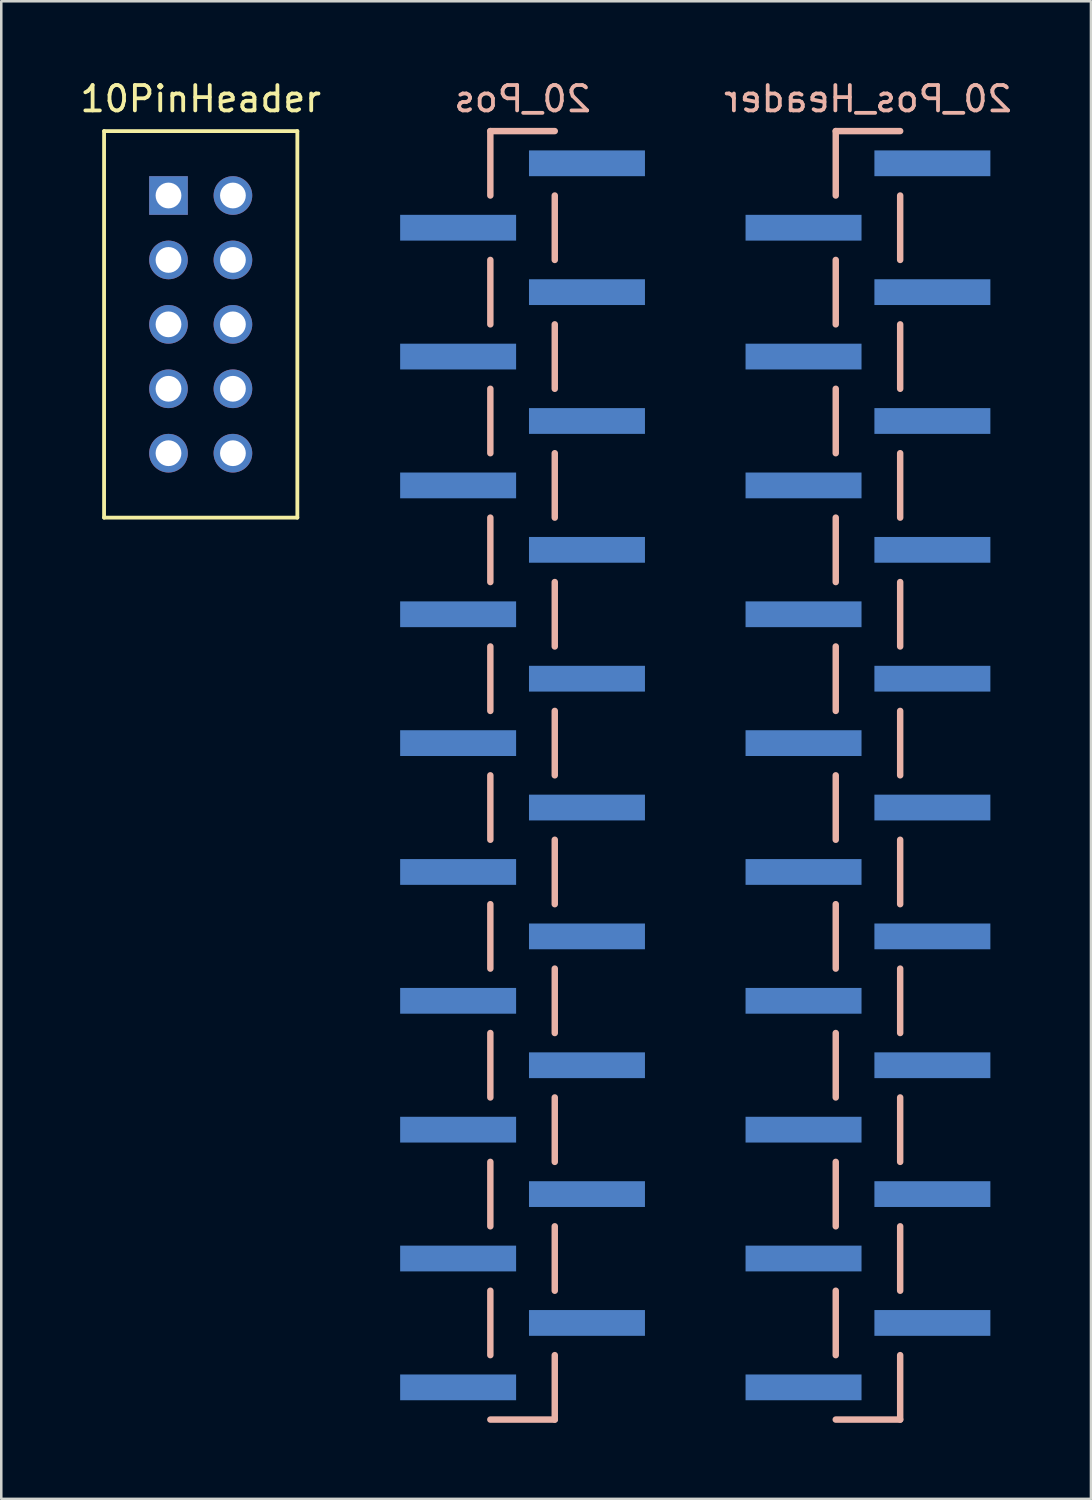
<source format=kicad_pcb>
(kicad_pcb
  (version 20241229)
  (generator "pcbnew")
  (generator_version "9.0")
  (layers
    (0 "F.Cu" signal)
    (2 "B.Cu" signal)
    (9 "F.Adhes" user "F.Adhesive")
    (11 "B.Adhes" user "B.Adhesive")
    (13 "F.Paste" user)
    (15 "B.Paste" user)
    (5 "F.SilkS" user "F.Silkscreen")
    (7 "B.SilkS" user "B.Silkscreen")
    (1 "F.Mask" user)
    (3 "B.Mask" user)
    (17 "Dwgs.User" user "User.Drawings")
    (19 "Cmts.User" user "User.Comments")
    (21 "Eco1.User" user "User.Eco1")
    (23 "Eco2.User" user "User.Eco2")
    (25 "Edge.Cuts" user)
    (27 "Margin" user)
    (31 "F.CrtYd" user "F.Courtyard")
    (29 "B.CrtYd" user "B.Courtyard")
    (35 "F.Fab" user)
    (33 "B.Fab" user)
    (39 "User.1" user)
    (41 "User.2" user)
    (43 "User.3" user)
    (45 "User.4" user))
  (footprint "10PinHeader"
    (layer "F.Cu")
    (at 4.863 11.008)
    (property "Reference" "10PinHeader" (at 0 -10.16 0) (layer "F.SilkS") (effects (font (size 1 1) (thickness 0.15))))
    (attr through_hole)
    (fp_line (start -3.81 -8.89) (end -3.81 6.35) (stroke (width 0.15) (type solid)) (layer "F.SilkS"))
    (fp_line (start -3.81 6.35) (end 3.81 6.35) (stroke (width 0.15) (type solid)) (layer "F.SilkS"))
    (fp_line (start 3.81 -8.89) (end -3.81 -8.89) (stroke (width 0.15) (type solid)) (layer "F.SilkS"))
    (fp_line (start 3.81 6.35) (end 3.81 -8.89) (stroke (width 0.15) (type solid)) (layer "F.SilkS"))
    (pad "1" thru_hole rect (at -1.27 -6.35) (size 1.524 1.524) (drill 1.016) (layers "*.Cu" "*.Mask"))
    (pad "2" thru_hole circle (at -1.27 -3.81) (size 1.524 1.524) (drill 1.016) (layers "*.Cu" "*.Mask"))
    (pad "3" thru_hole circle (at -1.27 -1.27) (size 1.524 1.524) (drill 1.016) (layers "*.Cu" "*.Mask"))
    (pad "4" thru_hole circle (at -1.27 1.27) (size 1.524 1.524) (drill 1.016) (layers "*.Cu" "*.Mask"))
    (pad "5" thru_hole circle (at -1.27 3.81) (size 1.524 1.524) (drill 1.016) (layers "*.Cu" "*.Mask"))
    (pad "6" thru_hole circle (at 1.27 -6.35) (size 1.524 1.524) (drill 1.016) (layers "*.Cu" "*.Mask"))
    (pad "7" thru_hole circle (at 1.27 -3.81) (size 1.524 1.524) (drill 1.016) (layers "*.Cu" "*.Mask"))
    (pad "8" thru_hole circle (at 1.27 -1.27) (size 1.524 1.524) (drill 1.016) (layers "*.Cu" "*.Mask"))
    (pad "9" thru_hole circle (at 1.27 1.27) (size 1.524 1.524) (drill 1.016) (layers "*.Cu" "*.Mask"))
    (pad "10" thru_hole circle (at 1.27 3.81) (size 1.524 1.524) (drill 1.016) (layers "*.Cu" "*.Mask")))
  (footprint "20_Pos"
    (layer "F.Cu")
    (at 17.552 27.518)
    (property "Reference" "20_Pos" (at 0 -26.67 0) (layer "B.SilkS") (effects (font (size 1 1) (thickness 0.15)) (justify mirror)))
    (attr through_hole)
    (fp_line (start -1.27 -25.4) (end -1.27 -22.86) (stroke (width 0.254) (type solid)) (layer "B.SilkS"))
    (fp_line (start -1.27 -20.32) (end -1.27 -17.78) (stroke (width 0.254) (type solid)) (layer "B.SilkS"))
    (fp_line (start -1.27 -12.7) (end -1.27 -15.24) (stroke (width 0.254) (type solid)) (layer "B.SilkS"))
    (fp_line (start -1.27 -7.62) (end -1.27 -10.16) (stroke (width 0.254) (type solid)) (layer "B.SilkS"))
    (fp_line (start -1.27 -2.54) (end -1.27 -5.08) (stroke (width 0.254) (type solid)) (layer "B.SilkS"))
    (fp_line (start -1.27 2.54) (end -1.27 0) (stroke (width 0.254) (type solid)) (layer "B.SilkS"))
    (fp_line (start -1.27 5.08) (end -1.27 7.62) (stroke (width 0.254) (type solid)) (layer "B.SilkS"))
    (fp_line (start -1.27 10.16) (end -1.27 12.7) (stroke (width 0.254) (type solid)) (layer "B.SilkS"))
    (fp_line (start -1.27 15.24) (end -1.27 17.78) (stroke (width 0.254) (type solid)) (layer "B.SilkS"))
    (fp_line (start -1.27 20.32) (end -1.27 22.86) (stroke (width 0.254) (type solid)) (layer "B.SilkS"))
    (fp_line (start -1.27 25.4) (end 1.27 25.4) (stroke (width 0.254) (type solid)) (layer "B.SilkS"))
    (fp_line (start 1.27 -25.4) (end -1.27 -25.4) (stroke (width 0.254) (type solid)) (layer "B.SilkS"))
    (fp_line (start 1.27 -22.86) (end 1.27 -20.32) (stroke (width 0.254) (type solid)) (layer "B.SilkS"))
    (fp_line (start 1.27 -17.78) (end 1.27 -15.24) (stroke (width 0.254) (type solid)) (layer "B.SilkS"))
    (fp_line (start 1.27 -12.7) (end 1.27 -10.16) (stroke (width 0.254) (type solid)) (layer "B.SilkS"))
    (fp_line (start 1.27 -7.62) (end 1.27 -5.08) (stroke (width 0.254) (type solid)) (layer "B.SilkS"))
    (fp_line (start 1.27 -2.54) (end 1.27 0) (stroke (width 0.254) (type solid)) (layer "B.SilkS"))
    (fp_line (start 1.27 5.08) (end 1.27 2.54) (stroke (width 0.254) (type solid)) (layer "B.SilkS"))
    (fp_line (start 1.27 10.16) (end 1.27 7.62) (stroke (width 0.254) (type solid)) (layer "B.SilkS"))
    (fp_line (start 1.27 15.24) (end 1.27 12.7) (stroke (width 0.254) (type solid)) (layer "B.SilkS"))
    (fp_line (start 1.27 20.32) (end 1.27 17.78) (stroke (width 0.254) (type solid)) (layer "B.SilkS"))
    (fp_line (start 1.27 25.4) (end 1.27 22.86) (stroke (width 0.254) (type solid)) (layer "B.SilkS"))
    (pad "1" smd rect (at 2.54 -24.13) (size 4.572 1.016) (layers "F.Mask" "B.Cu" "F.Paste"))
    (pad "2" smd rect (at -2.54 -21.59) (size 4.572 1.016) (layers "F.Mask" "B.Cu" "F.Paste"))
    (pad "3" smd rect (at 2.54 -19.05) (size 4.572 1.016) (layers "F.Mask" "B.Cu" "F.Paste"))
    (pad "4" smd rect (at -2.54 -16.51) (size 4.572 1.016) (layers "F.Mask" "B.Cu" "F.Paste"))
    (pad "5" smd rect (at 2.54 -13.97) (size 4.572 1.016) (layers "F.Mask" "B.Cu" "F.Paste"))
    (pad "6" smd rect (at -2.54 -11.43) (size 4.572 1.016) (layers "F.Mask" "B.Cu" "F.Paste"))
    (pad "7" smd rect (at 2.54 -8.89) (size 4.572 1.016) (layers "F.Mask" "B.Cu" "F.Paste"))
    (pad "8" smd rect (at -2.54 -6.35) (size 4.572 1.016) (layers "F.Mask" "B.Cu" "F.Paste"))
    (pad "9" smd rect (at 2.54 -3.81) (size 4.572 1.016) (layers "F.Mask" "B.Cu" "F.Paste"))
    (pad "10" smd rect (at -2.54 -1.27) (size 4.572 1.016) (layers "F.Mask" "B.Cu" "F.Paste"))
    (pad "11" smd rect (at 2.54 1.27) (size 4.572 1.016) (layers "F.Mask" "B.Cu" "F.Paste"))
    (pad "12" smd rect (at -2.54 3.81) (size 4.572 1.016) (layers "F.Mask" "B.Cu" "F.Paste"))
    (pad "13" smd rect (at 2.54 6.35) (size 4.572 1.016) (layers "F.Mask" "B.Cu" "F.Paste"))
    (pad "14" smd rect (at -2.54 8.89) (size 4.572 1.016) (layers "F.Mask" "B.Cu" "F.Paste"))
    (pad "15" smd rect (at 2.54 11.43) (size 4.572 1.016) (layers "F.Mask" "B.Cu" "F.Paste"))
    (pad "16" smd rect (at -2.54 13.97) (size 4.572 1.016) (layers "F.Mask" "B.Cu" "F.Paste"))
    (pad "17" smd rect (at 2.54 16.51) (size 4.572 1.016) (layers "F.Mask" "B.Cu" "F.Paste"))
    (pad "18" smd rect (at -2.54 19.05) (size 4.572 1.016) (layers "F.Mask" "B.Cu" "F.Paste"))
    (pad "19" smd rect (at 2.54 21.59) (size 4.572 1.016) (layers "F.Mask" "B.Cu" "F.Paste"))
    (pad "20" smd rect (at -2.54 24.13) (size 4.572 1.016) (layers "F.Mask" "B.Cu" "F.Paste")))
  (footprint "20_Pos_Header"
    (layer "F.Cu")
    (at 31.17 27.518)
    (property "Reference" "20_Pos_Header" (at 0 -26.67 0) (layer "B.SilkS") (effects (font (size 1 1) (thickness 0.15)) (justify mirror)))
    (attr through_hole)
    (fp_line (start -1.27 -25.4) (end -1.27 -22.86) (stroke (width 0.254) (type solid)) (layer "B.SilkS"))
    (fp_line (start -1.27 -20.32) (end -1.27 -17.78) (stroke (width 0.254) (type solid)) (layer "B.SilkS"))
    (fp_line (start -1.27 -12.7) (end -1.27 -15.24) (stroke (width 0.254) (type solid)) (layer "B.SilkS"))
    (fp_line (start -1.27 -7.62) (end -1.27 -10.16) (stroke (width 0.254) (type solid)) (layer "B.SilkS"))
    (fp_line (start -1.27 -2.54) (end -1.27 -5.08) (stroke (width 0.254) (type solid)) (layer "B.SilkS"))
    (fp_line (start -1.27 2.54) (end -1.27 0) (stroke (width 0.254) (type solid)) (layer "B.SilkS"))
    (fp_line (start -1.27 5.08) (end -1.27 7.62) (stroke (width 0.254) (type solid)) (layer "B.SilkS"))
    (fp_line (start -1.27 10.16) (end -1.27 12.7) (stroke (width 0.254) (type solid)) (layer "B.SilkS"))
    (fp_line (start -1.27 15.24) (end -1.27 17.78) (stroke (width 0.254) (type solid)) (layer "B.SilkS"))
    (fp_line (start -1.27 20.32) (end -1.27 22.86) (stroke (width 0.254) (type solid)) (layer "B.SilkS"))
    (fp_line (start -1.27 25.4) (end 1.27 25.4) (stroke (width 0.254) (type solid)) (layer "B.SilkS"))
    (fp_line (start 1.27 -25.4) (end -1.27 -25.4) (stroke (width 0.254) (type solid)) (layer "B.SilkS"))
    (fp_line (start 1.27 -22.86) (end 1.27 -20.32) (stroke (width 0.254) (type solid)) (layer "B.SilkS"))
    (fp_line (start 1.27 -17.78) (end 1.27 -15.24) (stroke (width 0.254) (type solid)) (layer "B.SilkS"))
    (fp_line (start 1.27 -12.7) (end 1.27 -10.16) (stroke (width 0.254) (type solid)) (layer "B.SilkS"))
    (fp_line (start 1.27 -7.62) (end 1.27 -5.08) (stroke (width 0.254) (type solid)) (layer "B.SilkS"))
    (fp_line (start 1.27 -2.54) (end 1.27 0) (stroke (width 0.254) (type solid)) (layer "B.SilkS"))
    (fp_line (start 1.27 5.08) (end 1.27 2.54) (stroke (width 0.254) (type solid)) (layer "B.SilkS"))
    (fp_line (start 1.27 10.16) (end 1.27 7.62) (stroke (width 0.254) (type solid)) (layer "B.SilkS"))
    (fp_line (start 1.27 15.24) (end 1.27 12.7) (stroke (width 0.254) (type solid)) (layer "B.SilkS"))
    (fp_line (start 1.27 20.32) (end 1.27 17.78) (stroke (width 0.254) (type solid)) (layer "B.SilkS"))
    (fp_line (start 1.27 25.4) (end 1.27 22.86) (stroke (width 0.254) (type solid)) (layer "B.SilkS"))
    (pad "1" smd rect (at 2.54 -24.13) (size 4.572 1.016) (layers "F.Mask" "B.Cu" "F.Paste"))
    (pad "2" smd rect (at -2.54 -21.59) (size 4.572 1.016) (layers "F.Mask" "B.Cu" "F.Paste"))
    (pad "3" smd rect (at 2.54 -19.05) (size 4.572 1.016) (layers "F.Mask" "B.Cu" "F.Paste"))
    (pad "4" smd rect (at -2.54 -16.51) (size 4.572 1.016) (layers "F.Mask" "B.Cu" "F.Paste"))
    (pad "5" smd rect (at 2.54 -13.97) (size 4.572 1.016) (layers "F.Mask" "B.Cu" "F.Paste"))
    (pad "6" smd rect (at -2.54 -11.43) (size 4.572 1.016) (layers "F.Mask" "B.Cu" "F.Paste"))
    (pad "7" smd rect (at 2.54 -8.89) (size 4.572 1.016) (layers "F.Mask" "B.Cu" "F.Paste"))
    (pad "8" smd rect (at -2.54 -6.35) (size 4.572 1.016) (layers "F.Mask" "B.Cu" "F.Paste"))
    (pad "9" smd rect (at 2.54 -3.81) (size 4.572 1.016) (layers "F.Mask" "B.Cu" "F.Paste"))
    (pad "10" smd rect (at -2.54 -1.27) (size 4.572 1.016) (layers "F.Mask" "B.Cu" "F.Paste"))
    (pad "11" smd rect (at 2.54 1.27) (size 4.572 1.016) (layers "F.Mask" "B.Cu" "F.Paste"))
    (pad "12" smd rect (at -2.54 3.81) (size 4.572 1.016) (layers "F.Mask" "B.Cu" "F.Paste"))
    (pad "13" smd rect (at 2.54 6.35) (size 4.572 1.016) (layers "F.Mask" "B.Cu" "F.Paste"))
    (pad "14" smd rect (at -2.54 8.89) (size 4.572 1.016) (layers "F.Mask" "B.Cu" "F.Paste"))
    (pad "15" smd rect (at 2.54 11.43) (size 4.572 1.016) (layers "F.Mask" "B.Cu" "F.Paste"))
    (pad "16" smd rect (at -2.54 13.97) (size 4.572 1.016) (layers "F.Mask" "B.Cu" "F.Paste"))
    (pad "17" smd rect (at 2.54 16.51) (size 4.572 1.016) (layers "F.Mask" "B.Cu" "F.Paste"))
    (pad "18" smd rect (at -2.54 19.05) (size 4.572 1.016) (layers "F.Mask" "B.Cu" "F.Paste"))
    (pad "19" smd rect (at 2.54 21.59) (size 4.572 1.016) (layers "F.Mask" "B.Cu" "F.Paste"))
    (pad "20" smd rect (at -2.54 24.13) (size 4.572 1.016) (layers "F.Mask" "B.Cu" "F.Paste")))
  (gr_rect
    (start -3 -3)
    (end 39.962 56.045)
    (stroke (width 0.1) (type default))
    (fill no)
    (layer "Edge.Cuts")))
</source>
